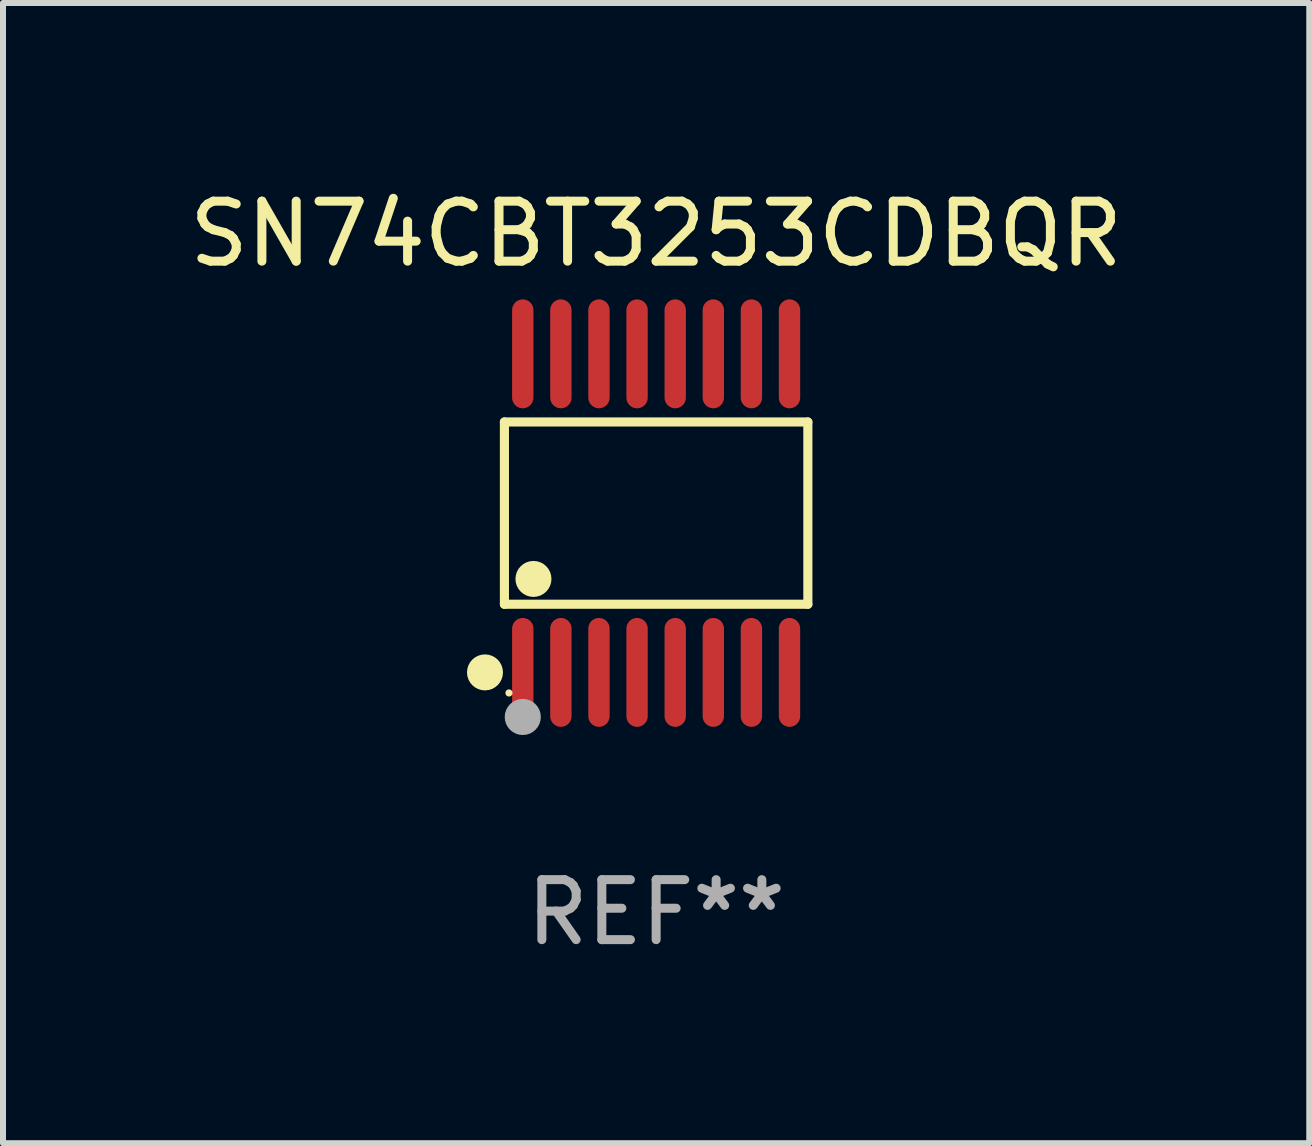
<source format=kicad_pcb>
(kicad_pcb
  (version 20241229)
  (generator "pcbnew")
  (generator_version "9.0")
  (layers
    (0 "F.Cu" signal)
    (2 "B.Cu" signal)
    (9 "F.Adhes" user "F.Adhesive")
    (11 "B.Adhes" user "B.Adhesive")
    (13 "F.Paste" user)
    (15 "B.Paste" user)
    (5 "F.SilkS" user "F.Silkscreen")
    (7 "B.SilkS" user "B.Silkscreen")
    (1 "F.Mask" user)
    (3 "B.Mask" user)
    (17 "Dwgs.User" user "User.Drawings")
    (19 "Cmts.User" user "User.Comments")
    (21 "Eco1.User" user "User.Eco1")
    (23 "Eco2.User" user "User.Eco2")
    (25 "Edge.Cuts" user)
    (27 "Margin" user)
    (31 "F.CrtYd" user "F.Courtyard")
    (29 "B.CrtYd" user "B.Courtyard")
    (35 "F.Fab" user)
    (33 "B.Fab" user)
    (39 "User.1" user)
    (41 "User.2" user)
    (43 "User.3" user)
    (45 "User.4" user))
  (footprint "SN74CBT3253CDBQR"
    (layer "F.Cu")
    (at 7.887 5.503)
    (property "Reference" "SN74CBT3253CDBQR" (at 0 -4.655 0) (layer "F.SilkS") (effects (font (size 1 1) (thickness 0.15))))
    (attr through_hole)
    (fp_line (start -2.529 -1.519) (end 2.529 -1.519) (stroke (width 0.152) (type solid)) (layer "F.SilkS"))
    (fp_line (start -2.529 1.519) (end -2.529 -1.519) (stroke (width 0.152) (type solid)) (layer "F.SilkS"))
    (fp_line (start 2.529 -1.519) (end 2.529 1.519) (stroke (width 0.152) (type solid)) (layer "F.SilkS"))
    (fp_line (start 2.529 1.519) (end -2.529 1.519) (stroke (width 0.152) (type solid)) (layer "F.SilkS"))
    (fp_circle (center -2.853 2.655) (end -2.703 2.655) (stroke (width 0.3) (type solid)) (fill no) (layer "F.SilkS"))
    (fp_circle (center -2.453 2.998) (end -2.423 2.998) (stroke (width 0.06) (type solid)) (fill no) (layer "F.SilkS"))
    (fp_circle (center -2.045 1.097) (end -1.895 1.097) (stroke (width 0.3) (type solid)) (fill no) (layer "F.SilkS"))
    (fp_circle (center -2.223 3.398) (end -2.072 3.398) (stroke (width 0.3) (type solid)) (fill no) (layer "F.Fab"))
    (fp_text user "REF**" (at 0 6.655 0) (layer "F.Fab") (effects (font (size 1 1) (thickness 0.15))))
    (pad "1" smd oval (at -2.223 2.655) (size 0.356 1.815) (layers "F.Cu" "F.Mask" "F.Paste"))
    (pad "2" smd oval (at -1.588 2.655) (size 0.356 1.815) (layers "F.Cu" "F.Mask" "F.Paste"))
    (pad "3" smd oval (at -0.953 2.655) (size 0.356 1.815) (layers "F.Cu" "F.Mask" "F.Paste"))
    (pad "4" smd oval (at -0.318 2.655) (size 0.356 1.815) (layers "F.Cu" "F.Mask" "F.Paste"))
    (pad "5" smd oval (at 0.318 2.655) (size 0.356 1.815) (layers "F.Cu" "F.Mask" "F.Paste"))
    (pad "6" smd oval (at 0.953 2.655) (size 0.356 1.815) (layers "F.Cu" "F.Mask" "F.Paste"))
    (pad "7" smd oval (at 1.588 2.655) (size 0.356 1.815) (layers "F.Cu" "F.Mask" "F.Paste"))
    (pad "8" smd oval (at 2.223 2.655) (size 0.356 1.815) (layers "F.Cu" "F.Mask" "F.Paste"))
    (pad "9" smd oval (at 2.223 -2.655) (size 0.356 1.815) (layers "F.Cu" "F.Mask" "F.Paste"))
    (pad "10" smd oval (at 1.588 -2.655) (size 0.356 1.815) (layers "F.Cu" "F.Mask" "F.Paste"))
    (pad "11" smd oval (at 0.953 -2.655) (size 0.356 1.815) (layers "F.Cu" "F.Mask" "F.Paste"))
    (pad "12" smd oval (at 0.318 -2.655) (size 0.356 1.815) (layers "F.Cu" "F.Mask" "F.Paste"))
    (pad "13" smd oval (at -0.318 -2.655) (size 0.356 1.815) (layers "F.Cu" "F.Mask" "F.Paste"))
    (pad "14" smd oval (at -0.953 -2.655) (size 0.356 1.815) (layers "F.Cu" "F.Mask" "F.Paste"))
    (pad "15" smd oval (at -1.588 -2.655) (size 0.356 1.815) (layers "F.Cu" "F.Mask" "F.Paste"))
    (pad "16" smd oval (at -2.223 -2.655) (size 0.356 1.815) (layers "F.Cu" "F.Mask" "F.Paste")))
  (gr_rect
    (start -3 -3)
    (end 18.774 16.006)
    (stroke (width 0.1) (type default))
    (fill no)
    (layer "Edge.Cuts")))
</source>
